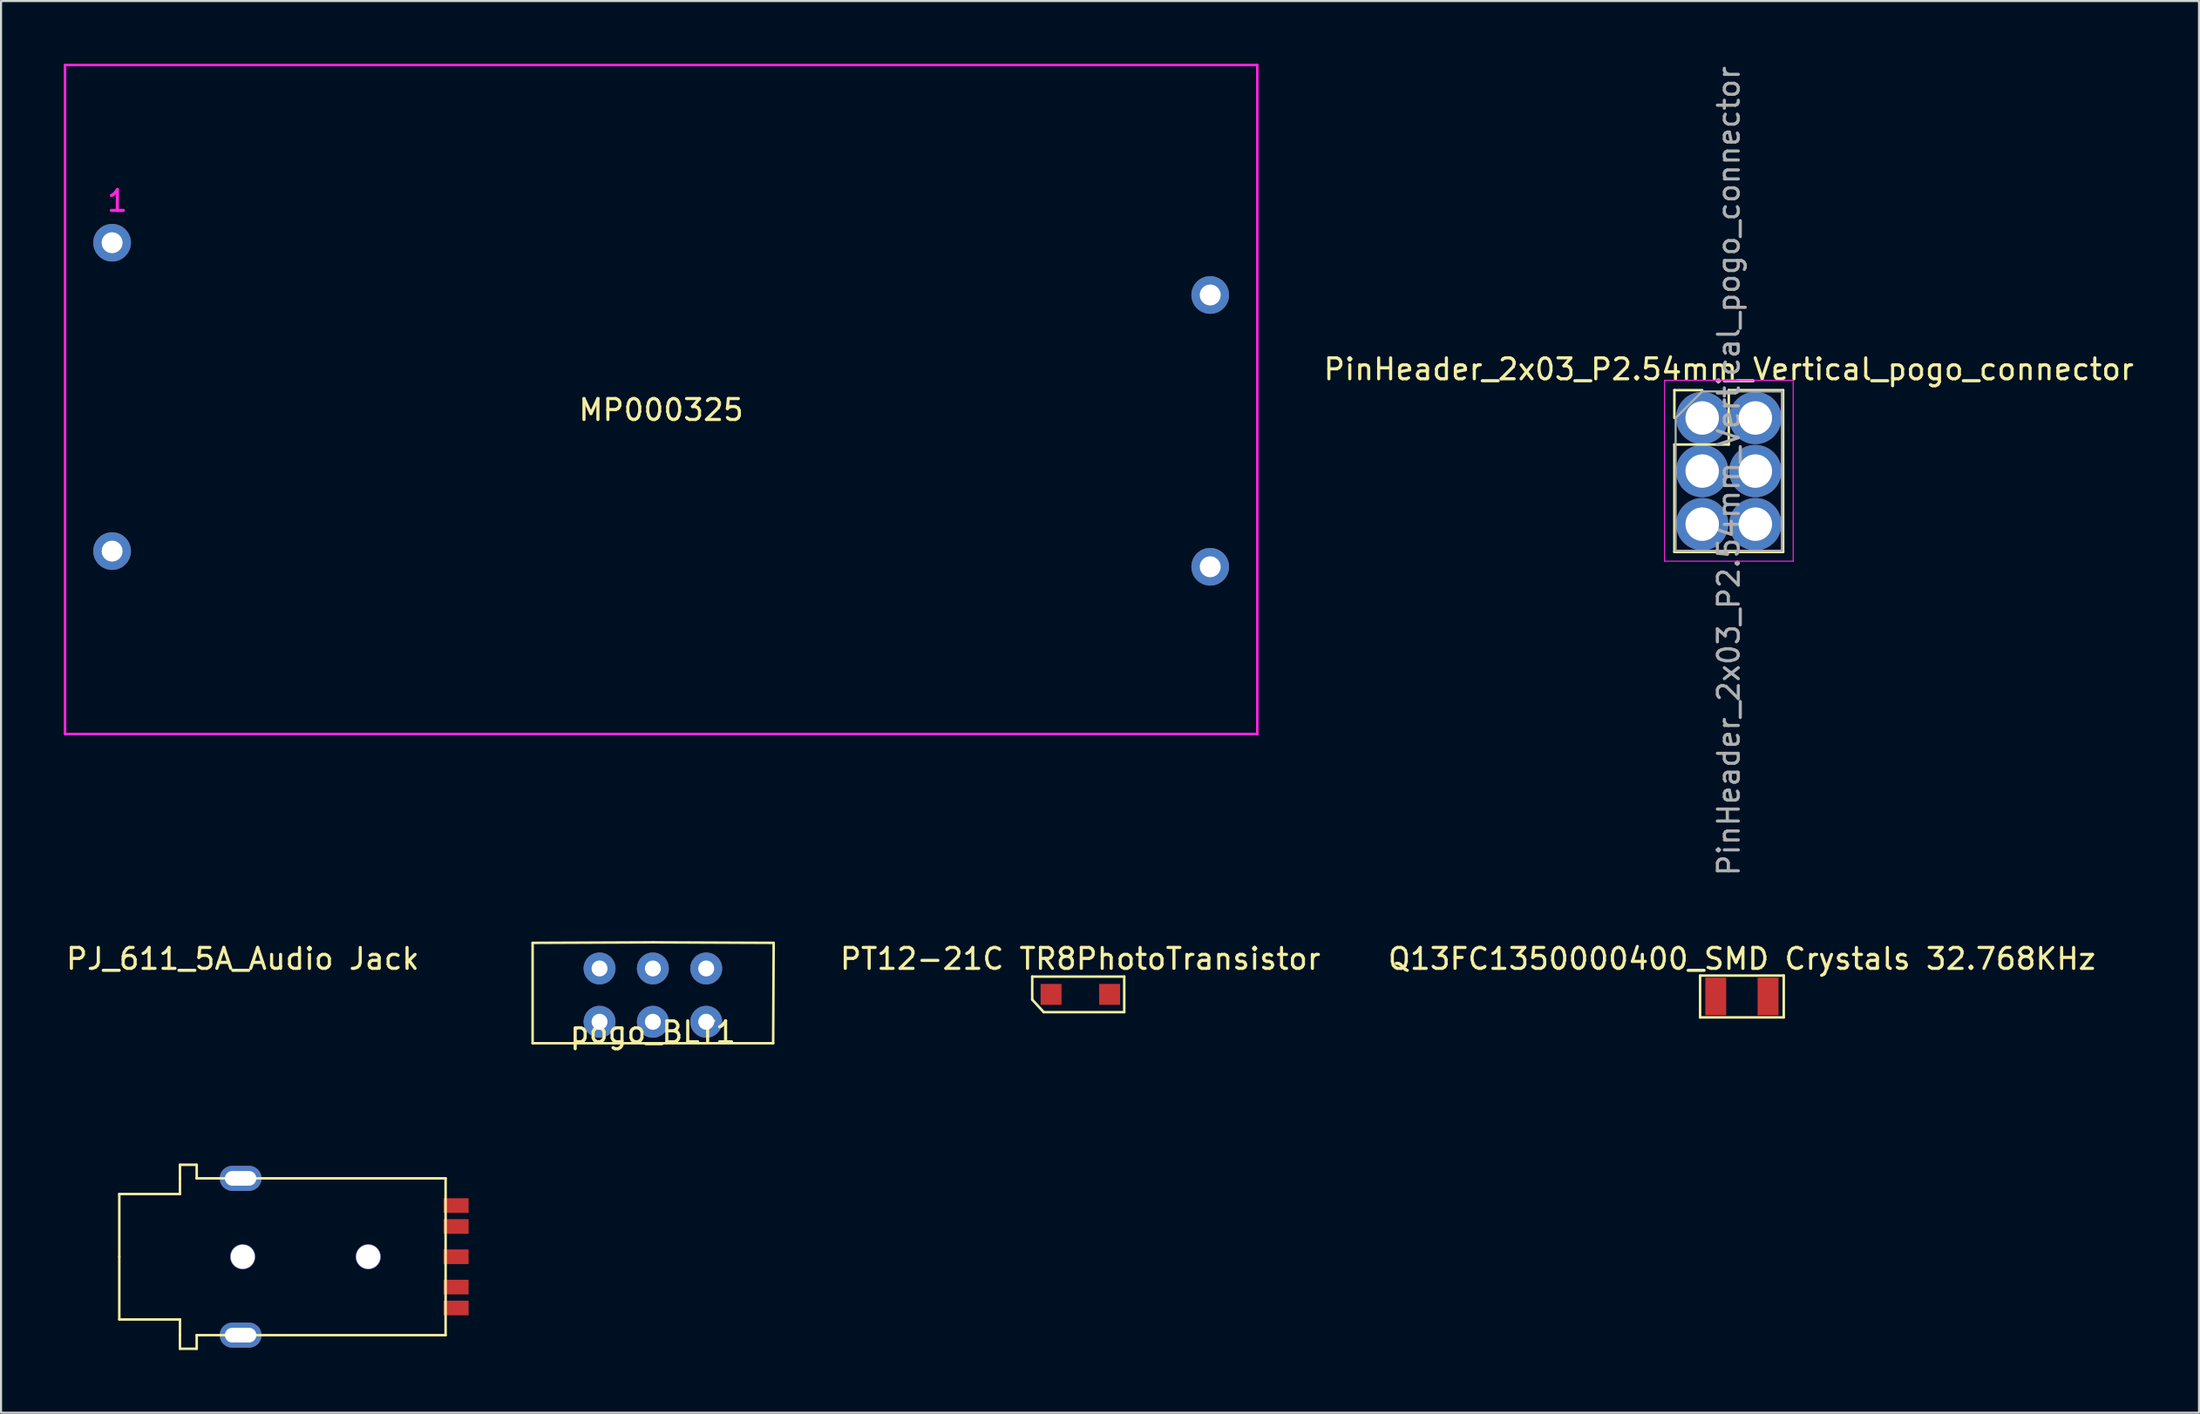
<source format=kicad_pcb>
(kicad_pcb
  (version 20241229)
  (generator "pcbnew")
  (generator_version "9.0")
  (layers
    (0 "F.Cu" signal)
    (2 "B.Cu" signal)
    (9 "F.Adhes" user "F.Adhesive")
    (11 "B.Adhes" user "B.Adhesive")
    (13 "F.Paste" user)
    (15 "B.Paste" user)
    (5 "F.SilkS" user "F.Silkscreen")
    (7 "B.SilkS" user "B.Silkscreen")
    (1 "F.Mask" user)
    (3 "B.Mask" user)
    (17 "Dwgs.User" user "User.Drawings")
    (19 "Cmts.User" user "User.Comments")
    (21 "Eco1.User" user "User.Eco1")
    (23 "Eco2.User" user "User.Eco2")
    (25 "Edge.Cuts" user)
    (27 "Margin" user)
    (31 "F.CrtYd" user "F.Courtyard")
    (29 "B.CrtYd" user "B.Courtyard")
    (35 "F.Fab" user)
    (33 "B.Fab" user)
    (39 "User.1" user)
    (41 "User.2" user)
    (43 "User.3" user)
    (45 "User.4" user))
  (footprint "pogo_BLT1"
    (layer "F.Cu")
    (at 28.164 45.824)
    (property "Reference" "pogo_BLT1" (at 0 0.5 0) (layer "F.SilkS") (effects (font (size 1 1) (thickness 0.15))))
    (attr through_hole)
    (fp_line (start -5.75 -3.775) (end 0.025 -3.8) (stroke (width 0.12) (type solid)) (layer "F.SilkS"))
    (fp_line (start -5.75 1.025) (end -5.75 -3.775) (stroke (width 0.12) (type solid)) (layer "F.SilkS"))
    (fp_line (start 0.025 -3.8) (end 5.775 -3.775) (stroke (width 0.12) (type solid)) (layer "F.SilkS"))
    (fp_line (start 5.75 1.025) (end -5.75 1.025) (stroke (width 0.12) (type solid)) (layer "F.SilkS"))
    (fp_line (start 5.775 -3.775) (end 5.75 1.025) (stroke (width 0.12) (type solid)) (layer "F.SilkS"))
    (pad "1" thru_hole circle (at -2.55 0) (size 1.524 1.524) (drill 0.762) (layers "*.Cu" "*.Mask"))
    (pad "2" thru_hole circle (at 0 0) (size 1.524 1.524) (drill 0.762) (layers "*.Cu" "*.Mask"))
    (pad "3" thru_hole circle (at 2.55 0) (size 1.524 1.524) (drill 0.762) (layers "*.Cu" "*.Mask"))
    (pad "4" thru_hole circle (at 2.55 -2.55) (size 1.524 1.524) (drill 0.762) (layers "*.Cu" "*.Mask"))
    (pad "5" thru_hole circle (at 0 -2.55) (size 1.524 1.524) (drill 0.762) (layers "*.Cu" "*.Mask"))
    (pad "6" thru_hole circle (at -2.55 -2.55) (size 1.524 1.524) (drill 0.762) (layers "*.Cu" "*.Mask")))
  (footprint "PT12-21C TR8PhotoTransistor"
    (layer "F.Cu")
    (at 48.6 44.513)
    (property "Reference" "PT12-21C TR8PhotoTransistor" (at 0 -1.7 0) (layer "F.SilkS") (effects (font (size 1 1) (thickness 0.15))))
    (attr through_hole)
    (fp_line (start -2.3 -0.85) (end 2.1 -0.85) (stroke (width 0.12) (type solid)) (layer "F.SilkS"))
    (fp_line (start -2.3 0.25) (end -2.3 -0.85) (stroke (width 0.12) (type solid)) (layer "F.SilkS"))
    (fp_line (start -2.3 0.25) (end -1.75 0.85) (stroke (width 0.12) (type solid)) (layer "F.SilkS"))
    (fp_line (start 2.1 -0.85) (end 2.1 0.85) (stroke (width 0.12) (type solid)) (layer "F.SilkS"))
    (fp_line (start 2.1 0.85) (end -1.75 0.85) (stroke (width 0.12) (type solid)) (layer "F.SilkS"))
    (pad "1" smd rect (at -1.4 0) (size 1 1) (layers "F.Cu" "F.Mask" "F.Paste"))
    (pad "2" smd rect (at 1.4 0) (size 1 1) (layers "F.Cu" "F.Mask" "F.Paste")))
  (footprint "PinHeader_2x03_P2.54mm_Vertical_pogo_connector"
    (layer "F.Cu")
    (at 78.332 16.942)
    (property "Reference" "PinHeader_2x03_P2.54mm_Vertical_pogo_connector" (at 1.27 -2.33 0) (layer "F.SilkS") (effects (font (size 1 1) (thickness 0.15))))
    (attr through_hole)
    (fp_line (start -1.33 -1.33) (end 0 -1.33) (stroke (width 0.12) (type solid)) (layer "F.SilkS"))
    (fp_line (start -1.33 0) (end -1.33 -1.33) (stroke (width 0.12) (type solid)) (layer "F.SilkS"))
    (fp_line (start -1.33 1.27) (end -1.33 6.41) (stroke (width 0.12) (type solid)) (layer "F.SilkS"))
    (fp_line (start -1.33 1.27) (end 1.27 1.27) (stroke (width 0.12) (type solid)) (layer "F.SilkS"))
    (fp_line (start -1.33 6.41) (end 3.87 6.41) (stroke (width 0.12) (type solid)) (layer "F.SilkS"))
    (fp_line (start 1.27 -1.33) (end 3.87 -1.33) (stroke (width 0.12) (type solid)) (layer "F.SilkS"))
    (fp_line (start 1.27 1.27) (end 1.27 -1.33) (stroke (width 0.12) (type solid)) (layer "F.SilkS"))
    (fp_line (start 3.87 -1.33) (end 3.87 6.41) (stroke (width 0.12) (type solid)) (layer "F.SilkS"))
    (fp_line (start -1.8 -1.8) (end -1.8 6.85) (stroke (width 0.05) (type solid)) (layer "F.CrtYd"))
    (fp_line (start -1.8 6.85) (end 4.35 6.85) (stroke (width 0.05) (type solid)) (layer "F.CrtYd"))
    (fp_line (start 4.35 -1.8) (end -1.8 -1.8) (stroke (width 0.05) (type solid)) (layer "F.CrtYd"))
    (fp_line (start 4.35 6.85) (end 4.35 -1.8) (stroke (width 0.05) (type solid)) (layer "F.CrtYd"))
    (fp_line (start -1.27 0) (end 0 -1.27) (stroke (width 0.1) (type solid)) (layer "F.Fab"))
    (fp_line (start -1.27 6.35) (end -1.27 0) (stroke (width 0.1) (type solid)) (layer "F.Fab"))
    (fp_line (start 0 -1.27) (end 3.81 -1.27) (stroke (width 0.1) (type solid)) (layer "F.Fab"))
    (fp_line (start 3.81 -1.27) (end 3.81 6.35) (stroke (width 0.1) (type solid)) (layer "F.Fab"))
    (fp_line (start 3.81 6.35) (end -1.27 6.35) (stroke (width 0.1) (type solid)) (layer "F.Fab"))
    (fp_text user "${REFERENCE}" (at 1.27 2.54 270) (layer "F.Fab") (effects (font (size 1 1) (thickness 0.15))))
    (pad "1" thru_hole circle (at 0 0) (size 2.5 2.5) (drill 1.6) (layers "*.Cu" "*.Mask"))
    (pad "2" thru_hole circle (at 2.54 0) (size 2.5 2.5) (drill 1.6) (layers "*.Cu" "*.Mask"))
    (pad "3" thru_hole circle (at 0 2.54) (size 2.5 2.5) (drill 1.6) (layers "*.Cu" "*.Mask"))
    (pad "4" thru_hole circle (at 2.54 2.54) (size 2.5 2.5) (drill 1.6) (layers "*.Cu" "*.Mask"))
    (pad "5" thru_hole circle (at 0 5.08) (size 2.5 2.5) (drill 1.6) (layers "*.Cu" "*.Mask"))
    (pad "6" thru_hole circle (at 2.54 5.08) (size 2.5 2.5) (drill 1.6) (layers "*.Cu" "*.Mask")))
  (footprint "MP000325"
    (layer "F.Cu")
    (at 28.56 16.06)
    (property "Reference" "MP000325" (at 0 0.5 0) (layer "F.SilkS") (effects (font (size 1 1) (thickness 0.15))))
    (attr through_hole)
    (fp_line (start -28.5 -16) (end 28.5 -16) (stroke (width 0.12) (type solid)) (layer "F.CrtYd"))
    (fp_line (start -28.5 16) (end -28.5 -16) (stroke (width 0.12) (type solid)) (layer "F.CrtYd"))
    (fp_line (start 28.5 -16) (end 28.5 16) (stroke (width 0.12) (type solid)) (layer "F.CrtYd"))
    (fp_line (start 28.5 16) (end -28.5 16) (stroke (width 0.12) (type solid)) (layer "F.CrtYd"))
    (fp_text user "1" (at -26 -9.5 0) (layer "F.CrtYd") (effects (font (size 1 1) (thickness 0.15))))
    (pad "1" thru_hole circle (at -26.25 -7.5) (size 1.8 1.8) (drill 1) (layers "*.Cu" "*.Mask"))
    (pad "2" thru_hole circle (at 26.25 -5) (size 1.8 1.8) (drill 1) (layers "*.Cu" "*.Mask"))
    (pad "3" thru_hole circle (at 26.25 8) (size 1.8 1.8) (drill 1) (layers "*.Cu" "*.Mask"))
    (pad "4" thru_hole circle (at -26.25 7.25) (size 1.8 1.8) (drill 1) (layers "*.Cu" "*.Mask")))
  (footprint "Q13FC1350000400_SMD Crystals 32.768KHz"
    (layer "F.Cu")
    (at 80.231 44.613)
    (property "Reference" "Q13FC1350000400_SMD Crystals 32.768KHz" (at 0 -1.8 0) (layer "F.SilkS") (effects (font (size 1 1) (thickness 0.15))))
    (attr through_hole)
    (fp_line (start -2 -1) (end -2 1) (stroke (width 0.12) (type solid)) (layer "F.SilkS"))
    (fp_line (start -2 1) (end 2 1) (stroke (width 0.12) (type solid)) (layer "F.SilkS"))
    (fp_line (start 2 -1) (end -2 -1) (stroke (width 0.12) (type solid)) (layer "F.SilkS"))
    (fp_line (start 2 1) (end 2 -1) (stroke (width 0.12) (type solid)) (layer "F.SilkS"))
    (pad "1" smd rect (at -1.25 0) (size 1 1.8) (layers "F.Cu" "F.Mask" "F.Paste"))
    (pad "2" smd rect (at 1.25 0) (size 1 1.8) (layers "F.Cu" "F.Mask" "F.Paste")))
  (footprint "PJ_611_5A_Audio Jack"
    (layer "F.Cu")
    (at 8.554 57.063)
    (property "Reference" "PJ_611_5A_Audio Jack" (at 0 -14.25 0) (layer "F.SilkS") (effects (font (size 1 1) (thickness 0.15))))
    (attr through_hole)
    (fp_line (start -5.9 -3) (end -3 -3) (stroke (width 0.12) (type solid)) (layer "F.SilkS"))
    (fp_line (start -5.9 0) (end -5.9 -3) (stroke (width 0.12) (type solid)) (layer "F.SilkS"))
    (fp_line (start -5.9 0) (end -5.9 3) (stroke (width 0.12) (type solid)) (layer "F.SilkS"))
    (fp_line (start -5.9 3) (end -3 3) (stroke (width 0.12) (type solid)) (layer "F.SilkS"))
    (fp_line (start -3 -4.4) (end -3 -3.75) (stroke (width 0.12) (type solid)) (layer "F.SilkS"))
    (fp_line (start -3 -4.4) (end -2.2 -4.4) (stroke (width 0.12) (type solid)) (layer "F.SilkS"))
    (fp_line (start -3 -3) (end -3 -3.75) (stroke (width 0.12) (type solid)) (layer "F.SilkS"))
    (fp_line (start -3 3) (end -3 3.75) (stroke (width 0.12) (type solid)) (layer "F.SilkS"))
    (fp_line (start -3 3.75) (end -3 4.4) (stroke (width 0.12) (type solid)) (layer "F.SilkS"))
    (fp_line (start -3 4.4) (end -2.2 4.4) (stroke (width 0.12) (type solid)) (layer "F.SilkS"))
    (fp_line (start -2.2 -4.4) (end -2.2 -3.75) (stroke (width 0.12) (type solid)) (layer "F.SilkS"))
    (fp_line (start -2.2 -3.75) (end -2.2 -3.75) (stroke (width 0.12) (type solid)) (layer "F.SilkS"))
    (fp_line (start -2.2 4.4) (end -2.2 3.75) (stroke (width 0.12) (type solid)) (layer "F.SilkS"))
    (fp_line (start -0.1 -3.75) (end -2.2 -3.75) (stroke (width 0.12) (type solid)) (layer "F.SilkS"))
    (fp_line (start -0.1 -3.75) (end 9.7 -3.75) (stroke (width 0.12) (type solid)) (layer "F.SilkS"))
    (fp_line (start -0.1 3.75) (end -2.2 3.75) (stroke (width 0.12) (type solid)) (layer "F.SilkS"))
    (fp_line (start 9.7 -3.75) (end 9.7 3.75) (stroke (width 0.12) (type solid)) (layer "F.SilkS"))
    (fp_line (start 9.7 3.75) (end -0.1 3.75) (stroke (width 0.12) (type solid)) (layer "F.SilkS"))
    (pad "" thru_hole circle (at 0 0) (size 1.2 1.2) (drill 1.15) (layers "*.Cu" "*.Mask"))
    (pad "" thru_hole circle (at 6 0) (size 1.2 1.2) (drill 1.15) (layers "*.Cu" "*.Mask"))
    (pad "1" smd rect (at 10.2 -2.45) (size 1.2 0.7) (layers "F.Cu" "F.Mask" "F.Paste"))
    (pad "2" thru_hole roundrect (at -0.1 -3.75) (size 2 1.2) (drill oval 1.5 0.7) (layers "*.Cu" "*.Mask") (roundrect_rratio 0.5))
    (pad "2" thru_hole roundrect (at -0.1 3.75) (size 2 1.2) (drill oval 1.5 0.7) (layers "*.Cu" "*.Mask") (roundrect_rratio 0.5))
    (pad "2" smd rect (at 10.2 1.45) (size 1.2 0.7) (layers "F.Cu" "F.Mask" "F.Paste"))
    (pad "3" smd rect (at 10.2 0) (size 1.2 0.7) (layers "F.Cu" "F.Mask" "F.Paste"))
    (pad "4" smd rect (at 10.2 2.45) (size 1.2 0.7) (layers "F.Cu" "F.Mask" "F.Paste"))
    (pad "5" smd rect (at 10.2 -1.45) (size 1.2 0.7) (layers "F.Cu" "F.Mask" "F.Paste")))
  (gr_rect
    (start -3 -3)
    (end 102.084 64.523)
    (stroke (width 0.1) (type default))
    (fill no)
    (layer "Edge.Cuts")))
</source>
